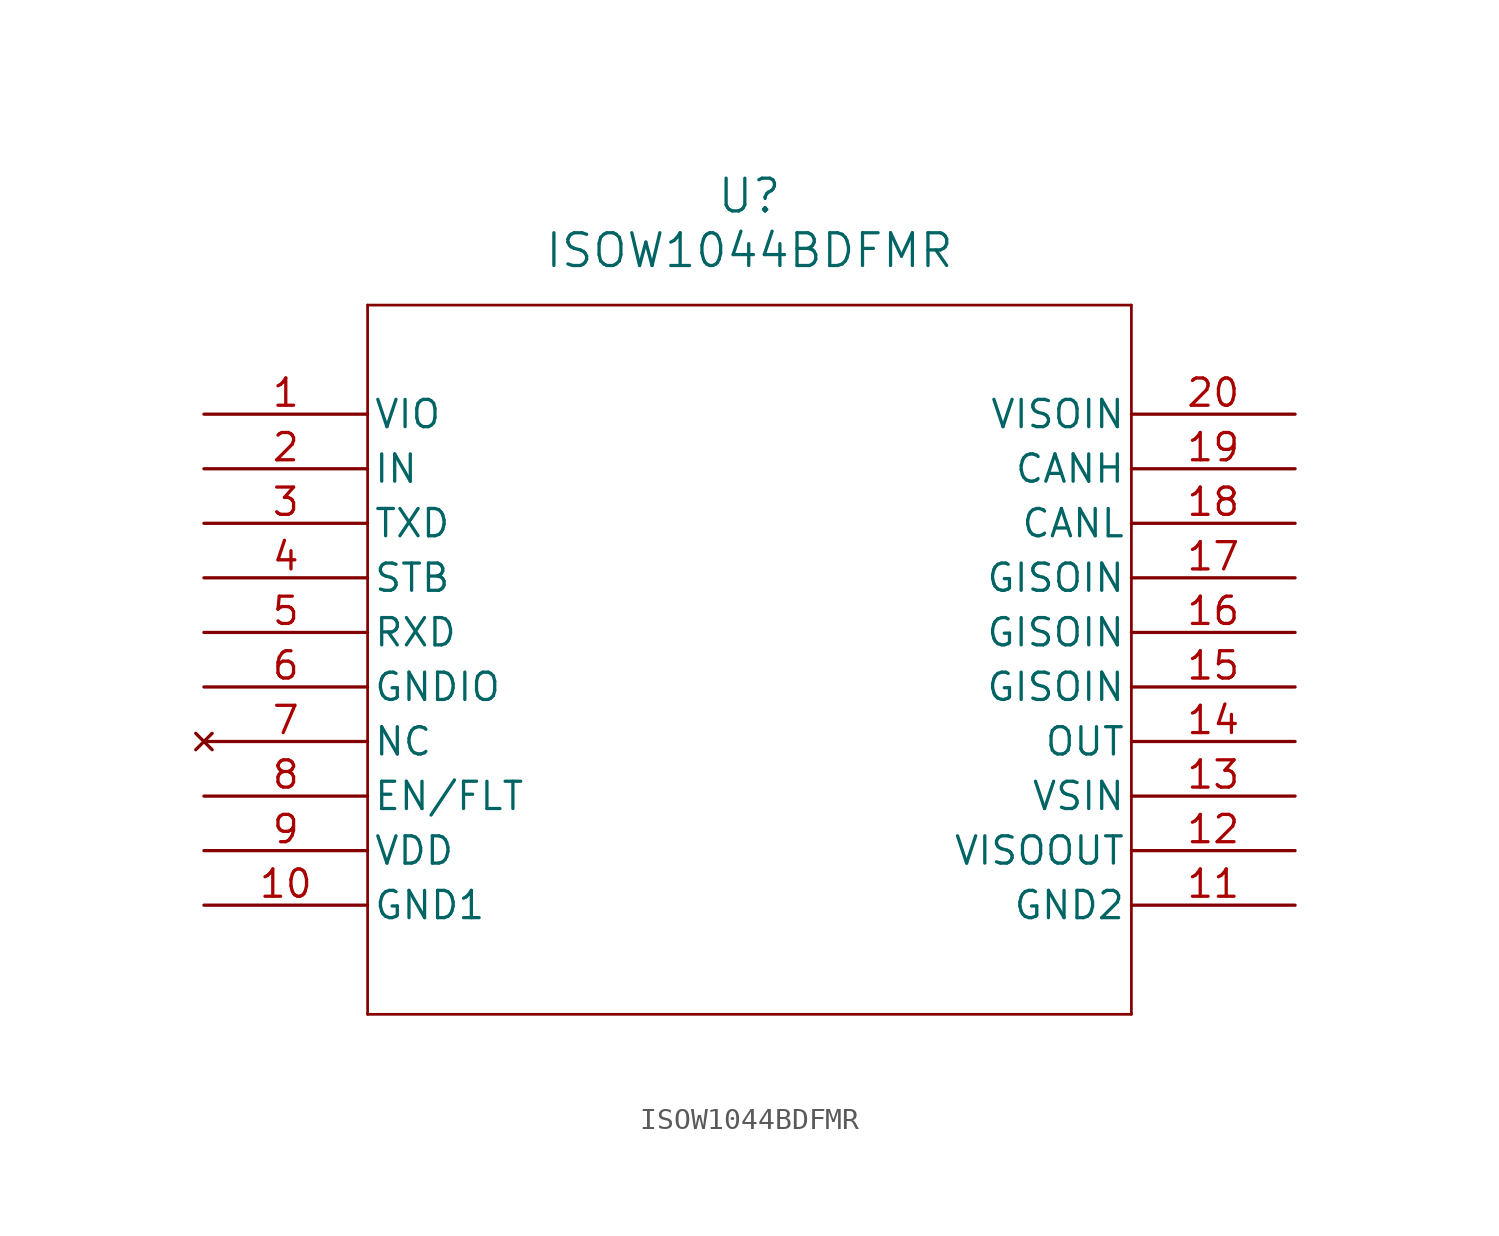
<source format=kicad_sym>
(kicad_symbol_lib
  (version 20211014)
  (generator kicad_symbol_editor)
  (symbol "ISOW1044BDFMR"
    (pin_names
      (offset 0.254))
    (property "Reference" "U"
      (at 25.4 10.16 0)
      (effects (font (size 1.524 1.524))))
    (property "Value" "ISOW1044BDFMR"
      (at 25.4 7.62 0)
      (effects (font (size 1.524 1.524))))
    (symbol "ISOW1044BDFMR_0_1"
      (polyline (pts (xy 7.62 5.08) (xy 7.62 -27.94)) (stroke (width 0.127) (type default) (color 0 0 0 0)) (fill (type none)))
      (polyline (pts (xy 7.62 -27.94) (xy 43.18 -27.94)) (stroke (width 0.127) (type default) (color 0 0 0 0)) (fill (type none)))
      (polyline (pts (xy 43.18 -27.94) (xy 43.18 5.08)) (stroke (width 0.127) (type default) (color 0 0 0 0)) (fill (type none)))
      (polyline (pts (xy 43.18 5.08) (xy 7.62 5.08)) (stroke (width 0.127) (type default) (color 0 0 0 0)) (fill (type none)))
      (pin power_in line (at 0 0 0) (length 7.62) (name "VIO" (effects (font (size 1.27 1.27)))) (number "1" (effects (font (size 1.27 1.27)))))
      (pin input line (at 0 -2.54 0) (length 7.62) (name "IN" (effects (font (size 1.27 1.27)))) (number "2" (effects (font (size 1.27 1.27)))))
      (pin input line (at 0 -5.08 0) (length 7.62) (name "TXD" (effects (font (size 1.27 1.27)))) (number "3" (effects (font (size 1.27 1.27)))))
      (pin input line (at 0 -7.62 0) (length 7.62) (name "STB" (effects (font (size 1.27 1.27)))) (number "4" (effects (font (size 1.27 1.27)))))
      (pin output line (at 0 -10.16 0) (length 7.62) (name "RXD" (effects (font (size 1.27 1.27)))) (number "5" (effects (font (size 1.27 1.27)))))
      (pin power_out line (at 0 -12.7 0) (length 7.62) (name "GNDIO" (effects (font (size 1.27 1.27)))) (number "6" (effects (font (size 1.27 1.27)))))
      (pin no_connect line (at 0 -15.24 0) (length 7.62) (name "NC" (effects (font (size 1.27 1.27)))) (number "7" (effects (font (size 1.27 1.27)))))
      (pin bidirectional line (at 0 -17.78 0) (length 7.62) (name "EN/FLT" (effects (font (size 1.27 1.27)))) (number "8" (effects (font (size 1.27 1.27)))))
      (pin power_in line (at 0 -20.32 0) (length 7.62) (name "VDD" (effects (font (size 1.27 1.27)))) (number "9" (effects (font (size 1.27 1.27)))))
      (pin power_out line (at 0 -22.86 0) (length 7.62) (name "GND1" (effects (font (size 1.27 1.27)))) (number "10" (effects (font (size 1.27 1.27)))))
      (pin power_out line (at 50.8 -22.86 180) (length 7.62) (name "GND2" (effects (font (size 1.27 1.27)))) (number "11" (effects (font (size 1.27 1.27)))))
      (pin output line (at 50.8 -20.32 180) (length 7.62) (name "VISOOUT" (effects (font (size 1.27 1.27)))) (number "12" (effects (font (size 1.27 1.27)))))
      (pin input line (at 50.8 -17.78 180) (length 7.62) (name "VSIN" (effects (font (size 1.27 1.27)))) (number "13" (effects (font (size 1.27 1.27)))))
      (pin output line (at 50.8 -15.24 180) (length 7.62) (name "OUT" (effects (font (size 1.27 1.27)))) (number "14" (effects (font (size 1.27 1.27)))))
      (pin power_out line (at 50.8 -12.7 180) (length 7.62) (name "GISOIN" (effects (font (size 1.27 1.27)))) (number "15" (effects (font (size 1.27 1.27)))))
      (pin power_out line (at 50.8 -10.16 180) (length 7.62) (name "GISOIN" (effects (font (size 1.27 1.27)))) (number "16" (effects (font (size 1.27 1.27)))))
      (pin power_out line (at 50.8 -7.62 180) (length 7.62) (name "GISOIN" (effects (font (size 1.27 1.27)))) (number "17" (effects (font (size 1.27 1.27)))))
      (pin bidirectional line (at 50.8 -5.08 180) (length 7.62) (name "CANL" (effects (font (size 1.27 1.27)))) (number "18" (effects (font (size 1.27 1.27)))))
      (pin bidirectional line (at 50.8 -2.54 180) (length 7.62) (name "CANH" (effects (font (size 1.27 1.27)))) (number "19" (effects (font (size 1.27 1.27)))))
      (pin input line (at 50.8 0 180) (length 7.62) (name "VISOIN" (effects (font (size 1.27 1.27)))) (number "20" (effects (font (size 1.27 1.27))))))))
</source>
